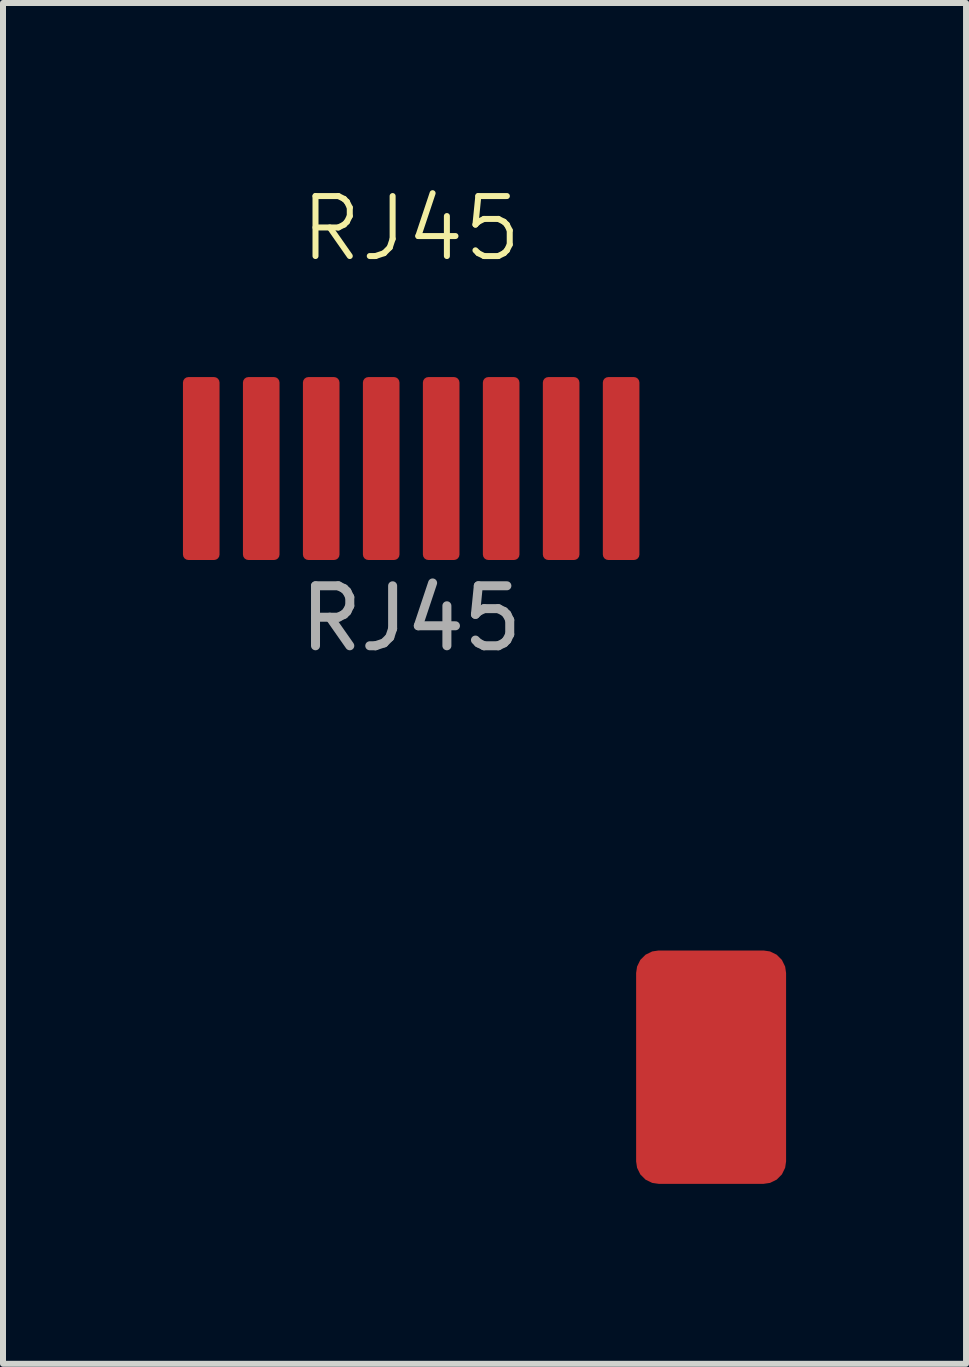
<source format=kicad_pcb>
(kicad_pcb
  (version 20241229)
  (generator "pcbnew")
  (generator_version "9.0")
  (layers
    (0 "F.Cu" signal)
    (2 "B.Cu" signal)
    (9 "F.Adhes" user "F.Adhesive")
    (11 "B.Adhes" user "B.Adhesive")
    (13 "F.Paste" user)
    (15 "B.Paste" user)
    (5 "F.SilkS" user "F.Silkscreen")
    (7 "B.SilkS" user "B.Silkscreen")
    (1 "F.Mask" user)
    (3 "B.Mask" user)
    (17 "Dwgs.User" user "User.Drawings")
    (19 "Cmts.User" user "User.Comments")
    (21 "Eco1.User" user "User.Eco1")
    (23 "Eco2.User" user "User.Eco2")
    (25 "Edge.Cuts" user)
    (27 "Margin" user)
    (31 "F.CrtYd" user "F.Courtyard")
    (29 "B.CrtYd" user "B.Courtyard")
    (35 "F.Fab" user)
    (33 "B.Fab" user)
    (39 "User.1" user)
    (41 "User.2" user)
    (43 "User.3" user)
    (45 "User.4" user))
  (footprint "RJ45"
    (layer "F.Cu")
    (at 3.805 4.761)
    (property "Reference" "RJ45" (at 0 -4 0) (unlocked yes) (layer "F.SilkS") (effects (font (size 1 1) (thickness 0.1))))
    (attr smd)
    (fp_text user "${REFERENCE}" (at 0 2.5 0) (unlocked yes) (layer "F.Fab") (effects (font (size 1 1) (thickness 0.15))))
    (pad "1" smd roundrect (at 3.5 0) (size 0.61 3.05) (layers "F.Cu" "F.Mask" "F.Paste") (roundrect_rratio 0.15))
    (pad "2" smd roundrect (at 2.5 0) (size 0.61 3.05) (layers "F.Cu" "F.Mask" "F.Paste") (roundrect_rratio 0.15))
    (pad "3" smd roundrect (at 1.5 0) (size 0.61 3.05) (layers "F.Cu" "F.Mask" "F.Paste") (roundrect_rratio 0.15))
    (pad "4" smd roundrect (at 0.5 0) (size 0.61 3.05) (layers "F.Cu" "F.Mask" "F.Paste") (roundrect_rratio 0.15))
    (pad "5" smd roundrect (at -0.5 0) (size 0.61 3.05) (layers "F.Cu" "F.Mask" "F.Paste") (roundrect_rratio 0.15))
    (pad "6" smd roundrect (at -1.5 0) (size 0.61 3.05) (layers "F.Cu" "F.Mask" "F.Paste") (roundrect_rratio 0.15))
    (pad "7" smd roundrect (at -2.5 0) (size 0.61 3.05) (layers "F.Cu" "F.Mask" "F.Paste") (roundrect_rratio 0.15))
    (pad "8" smd roundrect (at -3.5 0) (size 0.61 3.05) (layers "F.Cu" "F.Mask" "F.Paste") (roundrect_rratio 0.15))
    (pad "9" smd roundrect (at 5 9.98) (size 2.5 3.89) (layers "F.Cu" "F.Mask" "F.Paste") (roundrect_rratio 0.15)))
  (gr_rect
    (start -3 -3)
    (end 13.055 19.686)
    (stroke (width 0.1) (type default))
    (fill no)
    (layer "Edge.Cuts")))
</source>
